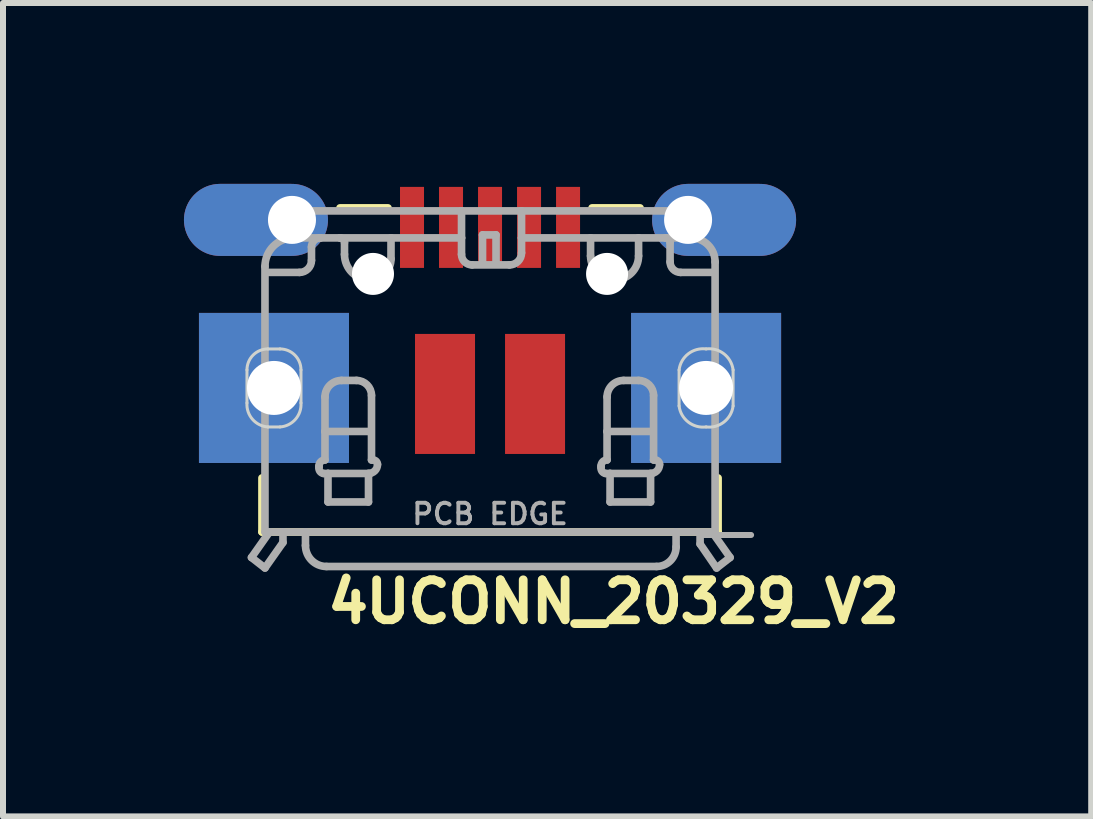
<source format=kicad_pcb>
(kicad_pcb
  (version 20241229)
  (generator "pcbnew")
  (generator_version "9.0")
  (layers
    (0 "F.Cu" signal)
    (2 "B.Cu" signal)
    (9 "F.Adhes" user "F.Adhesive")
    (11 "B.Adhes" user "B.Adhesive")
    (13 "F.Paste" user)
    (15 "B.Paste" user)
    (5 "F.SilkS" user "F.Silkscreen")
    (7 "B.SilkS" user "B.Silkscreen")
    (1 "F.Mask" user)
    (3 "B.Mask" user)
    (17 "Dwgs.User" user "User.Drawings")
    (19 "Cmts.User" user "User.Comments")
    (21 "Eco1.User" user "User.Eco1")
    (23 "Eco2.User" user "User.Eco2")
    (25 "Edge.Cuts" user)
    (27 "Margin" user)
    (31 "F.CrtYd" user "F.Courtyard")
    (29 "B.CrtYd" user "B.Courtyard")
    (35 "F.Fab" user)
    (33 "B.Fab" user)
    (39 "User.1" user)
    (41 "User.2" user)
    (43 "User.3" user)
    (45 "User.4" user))
  (footprint "4UCONN_20329_V2"
    (layer "F.Cu")
    (at 5.115 1.514)
    (property "Reference" "4UCONN_20329_V2" (at -2.778 5.852 0) (layer "F.SilkS") (effects (font (size 0.666 0.666) (thickness 0.146)) (justify left bottom)))
    (fp_poly (pts (xy -1.55 -0.05) (xy -1.05 -0.05) (xy -1.05 -1.5) (xy -1.55 -1.5)) (stroke (width 0) (type default)) (fill yes) (layer "F.Mask"))
    (fp_poly (pts (xy -0.9 -0.05) (xy -0.4 -0.05) (xy -0.4 -1.5) (xy -0.9 -1.5)) (stroke (width 0) (type default)) (fill yes) (layer "F.Mask"))
    (fp_poly (pts (xy -0.25 -0.05) (xy 0.25 -0.05) (xy 0.25 -1.5) (xy -0.25 -1.5)) (stroke (width 0) (type default)) (fill yes) (layer "F.Mask"))
    (fp_poly (pts (xy 0.4 -0.05) (xy 0.9 -0.05) (xy 0.9 -1.5) (xy 0.4 -1.5)) (stroke (width 0) (type default)) (fill yes) (layer "F.Mask"))
    (fp_poly (pts (xy 1.05 -0.05) (xy 1.55 -0.05) (xy 1.55 -1.5) (xy 1.05 -1.5)) (stroke (width 0) (type default)) (fill yes) (layer "F.Mask"))
    (fp_line (start -3.8 3.4) (end -3.8 4.3) (stroke (width 0.127) (type solid)) (layer "F.SilkS"))
    (fp_line (start -3.8 4.3) (end 3.8 4.3) (stroke (width 0.127) (type solid)) (layer "F.SilkS"))
    (fp_line (start -2.5 -1.1) (end -1.7 -1.1) (stroke (width 0.127) (type solid)) (layer "F.SilkS"))
    (fp_line (start 1.7 -1.1) (end 2.5 -1.1) (stroke (width 0.127) (type solid)) (layer "F.SilkS"))
    (fp_line (start 3.8 4.3) (end 3.8 3.4) (stroke (width 0.127) (type solid)) (layer "F.SilkS"))
    (fp_poly (pts (xy -4.85 3.15) (xy -2.35 3.15) (xy -2.35 0.65) (xy -4.85 0.65)) (stroke (width 0) (type default)) (fill yes) (layer "F.Paste"))
    (fp_poly (pts (xy 2.35 3.15) (xy 4.85 3.15) (xy 4.85 0.65) (xy 2.35 0.65)) (stroke (width 0) (type default)) (fill yes) (layer "F.Paste"))
    (fp_poly (pts (xy -3.186 -1.499) (xy -3.03 -1.442) (xy -2.893 -1.346) (xy -2.786 -1.219) (xy -2.715 -1.067) (xy -2.686 -0.9) (xy -2.715 -0.733) (xy -2.786 -0.581) (xy -2.893 -0.454) (xy -3.03 -0.358) (xy -3.186 -0.301) (xy -3.347 -0.286) (xy -4.457 -0.286) (xy -4.767 -0.355) (xy -4.907 -0.454) (xy -5.014 -0.581) (xy -5.085 -0.733) (xy -5.115 -0.904) (xy -5.017 -1.215) (xy -4.907 -1.346) (xy -4.77 -1.442) (xy -4.614 -1.499) (xy -4.453 -1.514) (xy -3.347 -1.514)) (stroke (width 0) (type default)) (fill yes) (layer "F.Paste"))
    (fp_poly (pts (xy 4.614 -1.499) (xy 4.77 -1.442) (xy 4.907 -1.346) (xy 5.014 -1.219) (xy 5.085 -1.067) (xy 5.114 -0.9) (xy 5.085 -0.733) (xy 5.014 -0.581) (xy 4.907 -0.454) (xy 4.77 -0.358) (xy 4.614 -0.301) (xy 4.453 -0.286) (xy 3.343 -0.286) (xy 3.033 -0.355) (xy 2.893 -0.454) (xy 2.786 -0.581) (xy 2.715 -0.733) (xy 2.685 -0.904) (xy 2.783 -1.215) (xy 2.893 -1.346) (xy 3.03 -1.442) (xy 3.186 -1.499) (xy 3.347 -1.514) (xy 4.453 -1.514)) (stroke (width 0) (type default)) (fill yes) (layer "F.Paste"))
    (fp_line (start -4.05 2.15) (end -4.05 1.6) (stroke (width 0.05) (type solid)) (layer "Edge.Cuts"))
    (fp_line (start -3.7 1.25) (end -3.5 1.25) (stroke (width 0.05) (type solid)) (layer "Edge.Cuts"))
    (fp_line (start -3.5 2.55) (end -3.7 2.55) (stroke (width 0.05) (type solid)) (layer "Edge.Cuts"))
    (fp_line (start -3.15 1.6) (end -3.15 2.15) (stroke (width 0.05) (type solid)) (layer "Edge.Cuts"))
    (fp_line (start 3.15 2.2) (end 3.15 1.6) (stroke (width 0.05) (type solid)) (layer "Edge.Cuts"))
    (fp_line (start 4.05 1.6) (end 4.05 2.2) (stroke (width 0.05) (type solid)) (layer "Edge.Cuts"))
    (fp_arc (start -4.05 1.6) (mid -3.947487 1.352513) (end -3.7 1.25) (stroke (width 0.05) (type solid)) (layer "Edge.Cuts"))
    (fp_arc (start -3.7 2.55) (mid -3.957843 2.422487) (end -4.05 2.15) (stroke (width 0.05) (type solid)) (layer "Edge.Cuts"))
    (fp_arc (start -3.5 1.25) (mid -3.252513 1.352513) (end -3.15 1.6) (stroke (width 0.05) (type solid)) (layer "Edge.Cuts"))
    (fp_arc (start -3.15 2.15) (mid -3.242157 2.422487) (end -3.5 2.55) (stroke (width 0.05) (type solid)) (layer "Edge.Cuts"))
    (fp_arc (start 3.15 1.6) (mid 3.302513 1.331802) (end 3.6 1.25) (stroke (width 0.05) (type solid)) (layer "Edge.Cuts"))
    (fp_arc (start 3.6 1.25) (mid 3.897487 1.331802) (end 4.05 1.6) (stroke (width 0.05) (type solid)) (layer "Edge.Cuts"))
    (fp_arc (start 3.6 2.55) (mid 3.302513 2.468198) (end 3.15 2.2) (stroke (width 0.05) (type solid)) (layer "Edge.Cuts"))
    (fp_arc (start 4.05 2.2) (mid 3.897487 2.468198) (end 3.6 2.55) (stroke (width 0.05) (type solid)) (layer "Edge.Cuts"))
    (fp_line (start -3.975 4.725) (end -3.75 4.9) (stroke (width 0.127) (type solid)) (layer "F.Fab"))
    (fp_line (start -3.975 4.725) (end -3.675 4.3) (stroke (width 0.127) (type solid)) (layer "F.Fab"))
    (fp_line (start -3.75 -0.125) (end -3.75 4.3) (stroke (width 0.127) (type solid)) (layer "F.Fab"))
    (fp_line (start -3.75 4.3) (end -3.675 4.3) (stroke (width 0.127) (type solid)) (layer "F.Fab"))
    (fp_line (start -3.75 4.9) (end -3.45 4.475) (stroke (width 0.127) (type solid)) (layer "F.Fab"))
    (fp_line (start -3.725 -0.025) (end -3.175 -0.025) (stroke (width 0.127) (type solid)) (layer "F.Fab"))
    (fp_line (start -3.675 4.3) (end -3.45 4.3) (stroke (width 0.127) (type solid)) (layer "F.Fab"))
    (fp_line (start -3.575 -1.05) (end -0.475 -1.05) (stroke (width 0.127) (type solid)) (layer "F.Fab"))
    (fp_line (start -3.575 -0.75) (end -3.575 -1.05) (stroke (width 0.127) (type solid)) (layer "F.Fab"))
    (fp_line (start -3.45 4.3) (end -3.075 4.3) (stroke (width 0.127) (type solid)) (layer "F.Fab"))
    (fp_line (start -3.45 4.475) (end -3.45 4.3) (stroke (width 0.127) (type solid)) (layer "F.Fab"))
    (fp_line (start -3.425 -0.75) (end -3.575 -0.75) (stroke (width 0.127) (type solid)) (layer "F.Fab"))
    (fp_line (start -3.425 -0.625) (end -3.425 -0.75) (stroke (width 0.127) (type solid)) (layer "F.Fab"))
    (fp_line (start -3.075 4.3) (end -3.075 4.525) (stroke (width 0.127) (type solid)) (layer "F.Fab"))
    (fp_line (start -3.075 4.3) (end 3.1 4.3) (stroke (width 0.127) (type solid)) (layer "F.Fab"))
    (fp_line (start -2.975 -0.225) (end -2.975 -0.45) (stroke (width 0.127) (type solid)) (layer "F.Fab"))
    (fp_line (start -2.85 3.225) (end -2.85 3.2) (stroke (width 0.127) (type solid)) (layer "F.Fab"))
    (fp_line (start -2.825 -0.6) (end -3.275 -0.6) (stroke (width 0.127) (type solid)) (layer "F.Fab"))
    (fp_line (start -2.825 -0.6) (end -2.5 -0.6) (stroke (width 0.127) (type solid)) (layer "F.Fab"))
    (fp_line (start -2.75 2.625) (end -2.75 2.05) (stroke (width 0.127) (type solid)) (layer "F.Fab"))
    (fp_line (start -2.75 2.625) (end -2 2.625) (stroke (width 0.127) (type solid)) (layer "F.Fab"))
    (fp_line (start -2.75 3.1) (end -2.75 2.625) (stroke (width 0.127) (type solid)) (layer "F.Fab"))
    (fp_line (start -2.725 4.875) (end 2.775 4.875) (stroke (width 0.127) (type solid)) (layer "F.Fab"))
    (fp_line (start -2.7 3.325) (end -2.775 3.325) (stroke (width 0.127) (type solid)) (layer "F.Fab"))
    (fp_line (start -2.7 3.325) (end -2 3.325) (stroke (width 0.127) (type solid)) (layer "F.Fab"))
    (fp_line (start -2.7 3.8) (end -2.7 3.325) (stroke (width 0.127) (type solid)) (layer "F.Fab"))
    (fp_line (start -2.475 1.775) (end -2.225 1.775) (stroke (width 0.127) (type solid)) (layer "F.Fab"))
    (fp_line (start -2.425 -0.525) (end -2.425 -0.325) (stroke (width 0.127) (type solid)) (layer "F.Fab"))
    (fp_line (start -2.025 3.325) (end -2.025 3.8) (stroke (width 0.127) (type solid)) (layer "F.Fab"))
    (fp_line (start -2.025 3.8) (end -2.7 3.8) (stroke (width 0.127) (type solid)) (layer "F.Fab"))
    (fp_line (start -1.975 2.025) (end -1.975 3.1) (stroke (width 0.127) (type solid)) (layer "F.Fab"))
    (fp_line (start -1.975 3.1) (end -1.95 3.1) (stroke (width 0.127) (type solid)) (layer "F.Fab"))
    (fp_line (start -1.65 -0.6) (end -2.5 -0.6) (stroke (width 0.127) (type solid)) (layer "F.Fab"))
    (fp_line (start -1.65 -0.25) (end -1.65 -0.6) (stroke (width 0.127) (type solid)) (layer "F.Fab"))
    (fp_line (start -0.475 -1.05) (end 0.525 -1.05) (stroke (width 0.127) (type solid)) (layer "F.Fab"))
    (fp_line (start -0.475 -0.6) (end -1.65 -0.6) (stroke (width 0.127) (type solid)) (layer "F.Fab"))
    (fp_line (start -0.475 -0.6) (end -0.475 -1.05) (stroke (width 0.127) (type solid)) (layer "F.Fab"))
    (fp_line (start -0.475 -0.325) (end -0.475 -0.6) (stroke (width 0.127) (type solid)) (layer "F.Fab"))
    (fp_line (start -0.125 -0.65) (end 0.1 -0.65) (stroke (width 0.127) (type solid)) (layer "F.Fab"))
    (fp_line (start -0.125 -0.175) (end -0.125 -0.65) (stroke (width 0.127) (type solid)) (layer "F.Fab"))
    (fp_line (start 0.1 -0.65) (end 0.1 -0.175) (stroke (width 0.127) (type solid)) (layer "F.Fab"))
    (fp_line (start 0.325 -0.15) (end -0.3 -0.15) (stroke (width 0.127) (type solid)) (layer "F.Fab"))
    (fp_line (start 0.525 -1.05) (end 0.525 -0.6) (stroke (width 0.127) (type solid)) (layer "F.Fab"))
    (fp_line (start 0.525 -1.05) (end 3.6 -1.05) (stroke (width 0.127) (type solid)) (layer "F.Fab"))
    (fp_line (start 0.525 -0.6) (end 0.525 -0.35) (stroke (width 0.127) (type solid)) (layer "F.Fab"))
    (fp_line (start 1.675 -0.6) (end 0.525 -0.6) (stroke (width 0.127) (type solid)) (layer "F.Fab"))
    (fp_line (start 1.675 -0.6) (end 1.675 -0.3) (stroke (width 0.127) (type solid)) (layer "F.Fab"))
    (fp_line (start 1.85 3.225) (end 1.85 3.2) (stroke (width 0.127) (type solid)) (layer "F.Fab"))
    (fp_line (start 1.95 2.625) (end 1.95 2.05) (stroke (width 0.127) (type solid)) (layer "F.Fab"))
    (fp_line (start 1.95 2.625) (end 2.7 2.625) (stroke (width 0.127) (type solid)) (layer "F.Fab"))
    (fp_line (start 1.95 3.1) (end 1.95 2.625) (stroke (width 0.127) (type solid)) (layer "F.Fab"))
    (fp_line (start 2 3.325) (end 1.925 3.325) (stroke (width 0.127) (type solid)) (layer "F.Fab"))
    (fp_line (start 2 3.325) (end 2.7 3.325) (stroke (width 0.127) (type solid)) (layer "F.Fab"))
    (fp_line (start 2 3.8) (end 2 3.325) (stroke (width 0.127) (type solid)) (layer "F.Fab"))
    (fp_line (start 2.225 1.775) (end 2.475 1.775) (stroke (width 0.127) (type solid)) (layer "F.Fab"))
    (fp_line (start 2.475 -0.6) (end 1.675 -0.6) (stroke (width 0.127) (type solid)) (layer "F.Fab"))
    (fp_line (start 2.475 -0.6) (end 2.925 -0.6) (stroke (width 0.127) (type solid)) (layer "F.Fab"))
    (fp_line (start 2.475 -0.3) (end 2.475 -0.6) (stroke (width 0.127) (type solid)) (layer "F.Fab"))
    (fp_line (start 2.675 3.325) (end 2.675 3.8) (stroke (width 0.127) (type solid)) (layer "F.Fab"))
    (fp_line (start 2.675 3.8) (end 2 3.8) (stroke (width 0.127) (type solid)) (layer "F.Fab"))
    (fp_line (start 2.725 2.025) (end 2.725 3.1) (stroke (width 0.127) (type solid)) (layer "F.Fab"))
    (fp_line (start 2.725 3.1) (end 2.75 3.1) (stroke (width 0.127) (type solid)) (layer "F.Fab"))
    (fp_line (start 3 -0.525) (end 3 -0.2) (stroke (width 0.127) (type solid)) (layer "F.Fab"))
    (fp_line (start 3.1 4.3) (end 3.7 4.3) (stroke (width 0.127) (type solid)) (layer "F.Fab"))
    (fp_line (start 3.1 4.55) (end 3.1 4.3) (stroke (width 0.127) (type solid)) (layer "F.Fab"))
    (fp_line (start 3.175 -0.025) (end 3.725 -0.025) (stroke (width 0.127) (type solid)) (layer "F.Fab"))
    (fp_line (start 3.35 -0.775) (end 3.35 -0.6) (stroke (width 0.127) (type solid)) (layer "F.Fab"))
    (fp_line (start 3.35 -0.6) (end 2.925 -0.6) (stroke (width 0.127) (type solid)) (layer "F.Fab"))
    (fp_line (start 3.5 4.35) (end 4.35 4.35) (stroke (width 0.1) (type solid)) (layer "F.Fab"))
    (fp_line (start 3.5 4.5) (end 3.5 4.35) (stroke (width 0.127) (type solid)) (layer "F.Fab"))
    (fp_line (start 3.6 -1.05) (end 3.6 -0.775) (stroke (width 0.127) (type solid)) (layer "F.Fab"))
    (fp_line (start 3.6 -0.775) (end 3.35 -0.775) (stroke (width 0.127) (type solid)) (layer "F.Fab"))
    (fp_line (start 3.7 4.3) (end 3.75 4.3) (stroke (width 0.127) (type solid)) (layer "F.Fab"))
    (fp_line (start 3.7 4.3) (end 4 4.725) (stroke (width 0.127) (type solid)) (layer "F.Fab"))
    (fp_line (start 3.75 4.3) (end 3.75 -0.2) (stroke (width 0.127) (type solid)) (layer "F.Fab"))
    (fp_line (start 3.775 4.9) (end 3.5 4.5) (stroke (width 0.127) (type solid)) (layer "F.Fab"))
    (fp_line (start 4 4.725) (end 3.775 4.9) (stroke (width 0.127) (type solid)) (layer "F.Fab"))
    (fp_arc (start -3.750001 -0.124999) (mid -3.610876 -0.460875) (end -3.275 -0.6) (stroke (width 0.127) (type solid)) (layer "F.Fab"))
    (fp_arc (start -2.975 -0.45) (mid -2.931066 -0.556066) (end -2.825 -0.6) (stroke (width 0.127) (type solid)) (layer "F.Fab"))
    (fp_arc (start -2.975 -0.225) (mid -3.033579 -0.083579) (end -3.175 -0.025) (stroke (width 0.127) (type solid)) (layer "F.Fab"))
    (fp_arc (start -2.85 3.2) (mid -2.820711 3.129289) (end -2.75 3.1) (stroke (width 0.127) (type solid)) (layer "F.Fab"))
    (fp_arc (start -2.775 3.325) (mid -2.833211 3.290533) (end -2.85 3.225) (stroke (width 0.127) (type solid)) (layer "F.Fab"))
    (fp_arc (start -2.75 2.05) (mid -2.669454 1.855546) (end -2.475 1.775) (stroke (width 0.127) (type solid)) (layer "F.Fab"))
    (fp_arc (start -2.725 4.875) (mid -2.972487 4.772487) (end -3.075 4.525) (stroke (width 0.127) (type solid)) (layer "F.Fab"))
    (fp_arc (start -2.5 -0.6) (mid -2.446967 -0.578033) (end -2.425 -0.525) (stroke (width 0.127) (type solid)) (layer "F.Fab"))
    (fp_arc (start -2.225 1.775) (mid -2.048223 1.848223) (end -1.975 2.025) (stroke (width 0.127) (type solid)) (layer "F.Fab"))
    (fp_arc (start -2 0.1) (mid -2.30052 -0.02448) (end -2.425 -0.325) (stroke (width 0.127) (type solid)) (layer "F.Fab"))
    (fp_arc (start -1.95 3.1) (mid -1.896967 3.121967) (end -1.875 3.175) (stroke (width 0.127) (type solid)) (layer "F.Fab"))
    (fp_arc (start -1.875 3.175) (mid -1.918934 3.281066) (end -2.025 3.325) (stroke (width 0.127) (type solid)) (layer "F.Fab"))
    (fp_arc (start -1.65 -0.25) (mid -1.752513 -0.002513) (end -2 0.1) (stroke (width 0.127) (type solid)) (layer "F.Fab"))
    (fp_arc (start -0.3 -0.15) (mid -0.423744 -0.201256) (end -0.475 -0.325) (stroke (width 0.127) (type solid)) (layer "F.Fab"))
    (fp_arc (start 0.525 -0.35) (mid 0.466421 -0.208579) (end 0.325 -0.15) (stroke (width 0.127) (type solid)) (layer "F.Fab"))
    (fp_arc (start 1.85 3.2) (mid 1.879289 3.129289) (end 1.95 3.1) (stroke (width 0.127) (type solid)) (layer "F.Fab"))
    (fp_arc (start 1.925 3.325) (mid 1.866789 3.290533) (end 1.85 3.225) (stroke (width 0.127) (type solid)) (layer "F.Fab"))
    (fp_arc (start 1.95 2.05) (mid 2.030546 1.855546) (end 2.225 1.775) (stroke (width 0.127) (type solid)) (layer "F.Fab"))
    (fp_arc (start 2.075 0.1) (mid 1.792157 -0.017157) (end 1.675 -0.3) (stroke (width 0.127) (type solid)) (layer "F.Fab"))
    (fp_arc (start 2.475 -0.3) (mid 2.357843 -0.017157) (end 2.075 0.1) (stroke (width 0.127) (type solid)) (layer "F.Fab"))
    (fp_arc (start 2.475 1.775) (mid 2.651777 1.848223) (end 2.725 2.025) (stroke (width 0.127) (type solid)) (layer "F.Fab"))
    (fp_arc (start 2.75 3.1) (mid 2.803033 3.121967) (end 2.825 3.175) (stroke (width 0.127) (type solid)) (layer "F.Fab"))
    (fp_arc (start 2.825 3.175) (mid 2.781066 3.281066) (end 2.675 3.325) (stroke (width 0.127) (type solid)) (layer "F.Fab"))
    (fp_arc (start 2.925 -0.6) (mid 2.978033 -0.578033) (end 3 -0.525) (stroke (width 0.127) (type solid)) (layer "F.Fab"))
    (fp_arc (start 3.1 4.55) (mid 3.00481 4.77981) (end 2.775 4.875) (stroke (width 0.127) (type solid)) (layer "F.Fab"))
    (fp_arc (start 3.175 -0.025) (mid 3.051256 -0.076256) (end 3 -0.2) (stroke (width 0.127) (type solid)) (layer "F.Fab"))
    (fp_arc (start 3.349999 -0.599999) (mid 3.632842 -0.482842) (end 3.75 -0.2) (stroke (width 0.127) (type solid)) (layer "F.Fab"))
    (fp_text user "PCB EDGE" (at 0 4 0) (layer "F.Fab") (effects (font (size 0.341 0.341) (thickness 0.065))))
    (pad "" np_thru_hole circle (at -1.95 0) (size 0.7 0.7) (drill 0.7) (layers "*.Cu" "*.Mask"))
    (pad "" np_thru_hole circle (at 1.95 0) (size 0.7 0.7) (drill 0.7) (layers "*.Cu" "*.Mask"))
    (pad "BASE@1" smd rect (at -0.75 2 90) (size 2 1) (layers "F.Cu" "F.Mask" "F.Paste"))
    (pad "BASE@2" smd rect (at 0.75 2 90) (size 2 1) (layers "F.Cu" "F.Mask" "F.Paste"))
    (pad "D+" smd rect (at 0 -0.775) (size 0.4 1.35) (layers "F.Cu" "F.Paste"))
    (pad "D-" smd rect (at -0.65 -0.775) (size 0.4 1.35) (layers "F.Cu" "F.Paste"))
    (pad "GND" smd rect (at 1.3 -0.775) (size 0.4 1.35) (layers "F.Cu" "F.Paste"))
    (pad "ID" smd rect (at 0.65 -0.775) (size 0.4 1.35) (layers "F.Cu" "F.Paste"))
    (pad "SPRT@1" thru_hole oval (at -3.3 -0.9 180) (size 2.4 1.2) (drill 0.8 (offset 0.6 0)) (layers "*.Cu" "*.Mask"))
    (pad "SPRT@2" thru_hole oval (at 3.3 -0.9) (size 2.4 1.2) (drill 0.8 (offset 0.6 0)) (layers "*.Cu" "*.Mask"))
    (pad "SPRT@3" thru_hole rect (at -3.6 1.9 90) (size 2.5 2.5) (drill 0.9) (layers "*.Cu" "*.Mask"))
    (pad "SPRT@4" thru_hole rect (at 3.6 1.9 90) (size 2.5 2.5) (drill 0.9) (layers "*.Cu" "*.Mask"))
    (pad "VBUS" smd rect (at -1.3 -0.775) (size 0.4 1.35) (layers "F.Cu" "F.Paste")))
  (gr_rect
    (start -3 -3)
    (end 15.132 10.553)
    (stroke (width 0.1) (type default))
    (fill no)
    (layer "Edge.Cuts")))
</source>
